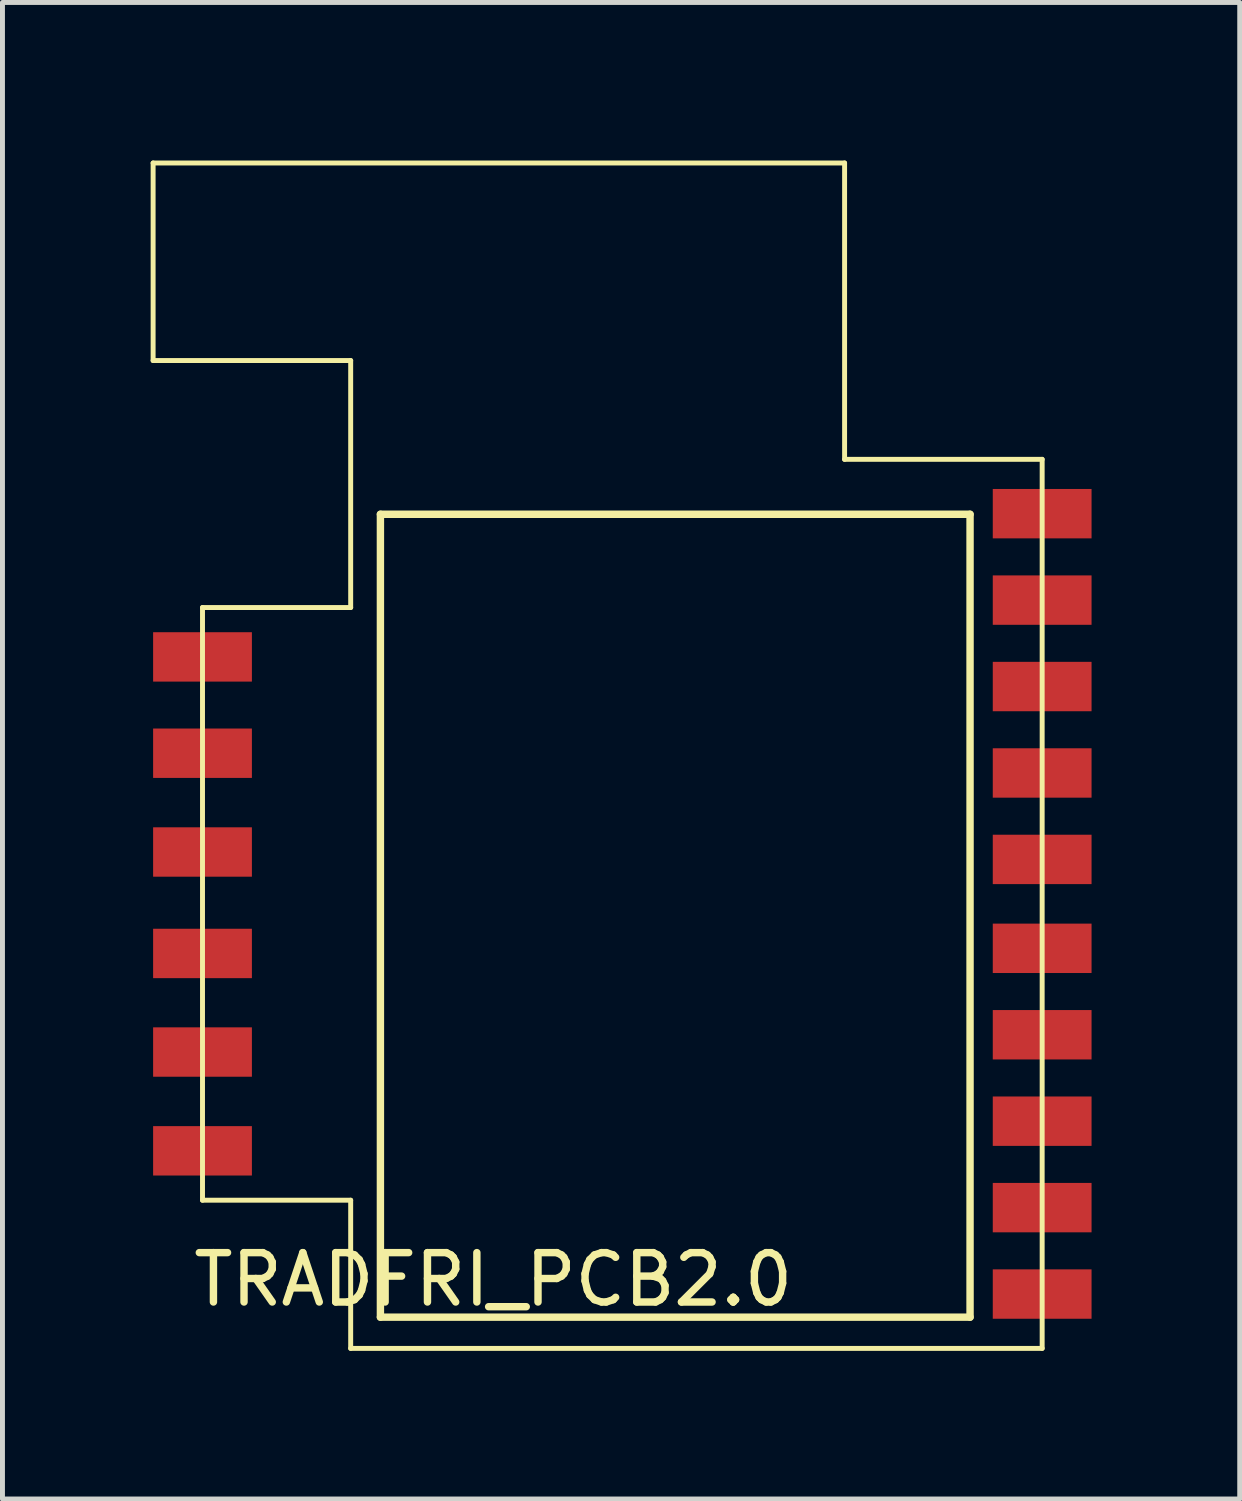
<source format=kicad_pcb>
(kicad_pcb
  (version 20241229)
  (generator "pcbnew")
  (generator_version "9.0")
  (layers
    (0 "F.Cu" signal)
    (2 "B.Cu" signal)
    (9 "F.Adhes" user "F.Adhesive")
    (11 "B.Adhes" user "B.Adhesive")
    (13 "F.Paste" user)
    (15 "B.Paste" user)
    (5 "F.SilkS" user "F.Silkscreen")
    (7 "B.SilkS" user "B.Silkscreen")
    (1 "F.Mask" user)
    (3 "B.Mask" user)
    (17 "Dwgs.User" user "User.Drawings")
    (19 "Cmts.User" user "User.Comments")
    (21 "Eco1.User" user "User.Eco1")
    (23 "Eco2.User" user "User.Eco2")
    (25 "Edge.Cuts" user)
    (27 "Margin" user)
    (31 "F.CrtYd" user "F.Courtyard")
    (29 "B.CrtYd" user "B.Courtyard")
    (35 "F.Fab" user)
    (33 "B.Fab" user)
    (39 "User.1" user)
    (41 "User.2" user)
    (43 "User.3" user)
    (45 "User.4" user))
  (footprint "TRADFRI_PCB2.0"
    (layer "F.Cu")
    (at 14.05 0.25)
    (property "Reference" "TRADFRI_PCB2.0" (at -7.112 22.606 0) (layer "F.SilkS") (effects (font (size 1 1) (thickness 0.15))))
    (attr through_hole)
    (fp_line (start -14 0) (end 0 0) (stroke (width 0.1) (type solid)) (layer "F.SilkS"))
    (fp_line (start -14 4) (end -14 0) (stroke (width 0.1) (type solid)) (layer "F.SilkS"))
    (fp_line (start -13 9) (end -10 9) (stroke (width 0.1) (type solid)) (layer "F.SilkS"))
    (fp_line (start -13 21) (end -13 9) (stroke (width 0.1) (type solid)) (layer "F.SilkS"))
    (fp_line (start -10 4) (end -14 4) (stroke (width 0.1) (type solid)) (layer "F.SilkS"))
    (fp_line (start -10 9) (end -10 4) (stroke (width 0.1) (type solid)) (layer "F.SilkS"))
    (fp_line (start -10 21) (end -13 21) (stroke (width 0.1) (type solid)) (layer "F.SilkS"))
    (fp_line (start -10 24) (end -10 21) (stroke (width 0.1) (type solid)) (layer "F.SilkS"))
    (fp_line (start -9.398 7.112) (end 2.54 7.112) (stroke (width 0.15) (type solid)) (layer "F.SilkS"))
    (fp_line (start -9.398 23.368) (end -9.398 7.112) (stroke (width 0.15) (type solid)) (layer "F.SilkS"))
    (fp_line (start 0 0) (end 0 6) (stroke (width 0.1) (type solid)) (layer "F.SilkS"))
    (fp_line (start 0 6) (end 4 6) (stroke (width 0.1) (type solid)) (layer "F.SilkS"))
    (fp_line (start 2.54 7.112) (end 2.54 23.368) (stroke (width 0.15) (type solid)) (layer "F.SilkS"))
    (fp_line (start 2.54 23.368) (end -9.398 23.368) (stroke (width 0.15) (type solid)) (layer "F.SilkS"))
    (fp_line (start 4 6) (end 4 24) (stroke (width 0.1) (type solid)) (layer "F.SilkS"))
    (fp_line (start 4 24) (end -10 24) (stroke (width 0.1) (type solid)) (layer "F.SilkS"))
    (pad "1" smd rect (at -13 10) (size 2 1) (layers "F.Cu" "F.Mask" "F.Paste"))
    (pad "2" smd rect (at -13 11.95) (size 2 1) (layers "F.Cu" "F.Mask" "F.Paste"))
    (pad "3" smd rect (at -13 13.95) (size 2 1) (layers "F.Cu" "F.Mask" "F.Paste"))
    (pad "4" smd rect (at -13 16.004) (size 2 1) (layers "F.Cu" "F.Mask" "F.Paste"))
    (pad "5" smd rect (at -13 18) (size 2 1) (layers "F.Cu" "F.Mask" "F.Paste"))
    (pad "6" smd rect (at -13 20) (size 2 1) (layers "F.Cu" "F.Mask" "F.Paste"))
    (pad "7" smd rect (at 4 22.9) (size 2 1) (layers "F.Cu" "F.Mask" "F.Paste"))
    (pad "8" smd rect (at 4 21.15) (size 2 1) (layers "F.Cu" "F.Mask" "F.Paste"))
    (pad "9" smd rect (at 4 19.4) (size 2 1) (layers "F.Cu" "F.Mask" "F.Paste"))
    (pad "10" smd rect (at 4 17.65) (size 2 1) (layers "F.Cu" "F.Mask" "F.Paste"))
    (pad "11" smd rect (at 4 15.9) (size 2 1) (layers "F.Cu" "F.Mask" "F.Paste"))
    (pad "12" smd rect (at 4 14.1) (size 2 1) (layers "F.Cu" "F.Mask" "F.Paste"))
    (pad "13" smd rect (at 4 12.35) (size 2 1) (layers "F.Cu" "F.Mask" "F.Paste"))
    (pad "14" smd rect (at 4 10.6) (size 2 1) (layers "F.Cu" "F.Mask" "F.Paste"))
    (pad "15" smd rect (at 4 8.85) (size 2 1) (layers "F.Cu" "F.Mask" "F.Paste"))
    (pad "16" smd rect (at 4 7.1) (size 2 1) (layers "F.Cu" "F.Mask" "F.Paste")))
  (gr_rect
    (start -3 -3)
    (end 22.05 27.3)
    (stroke (width 0.1) (type default))
    (fill no)
    (layer "Edge.Cuts")))
</source>
